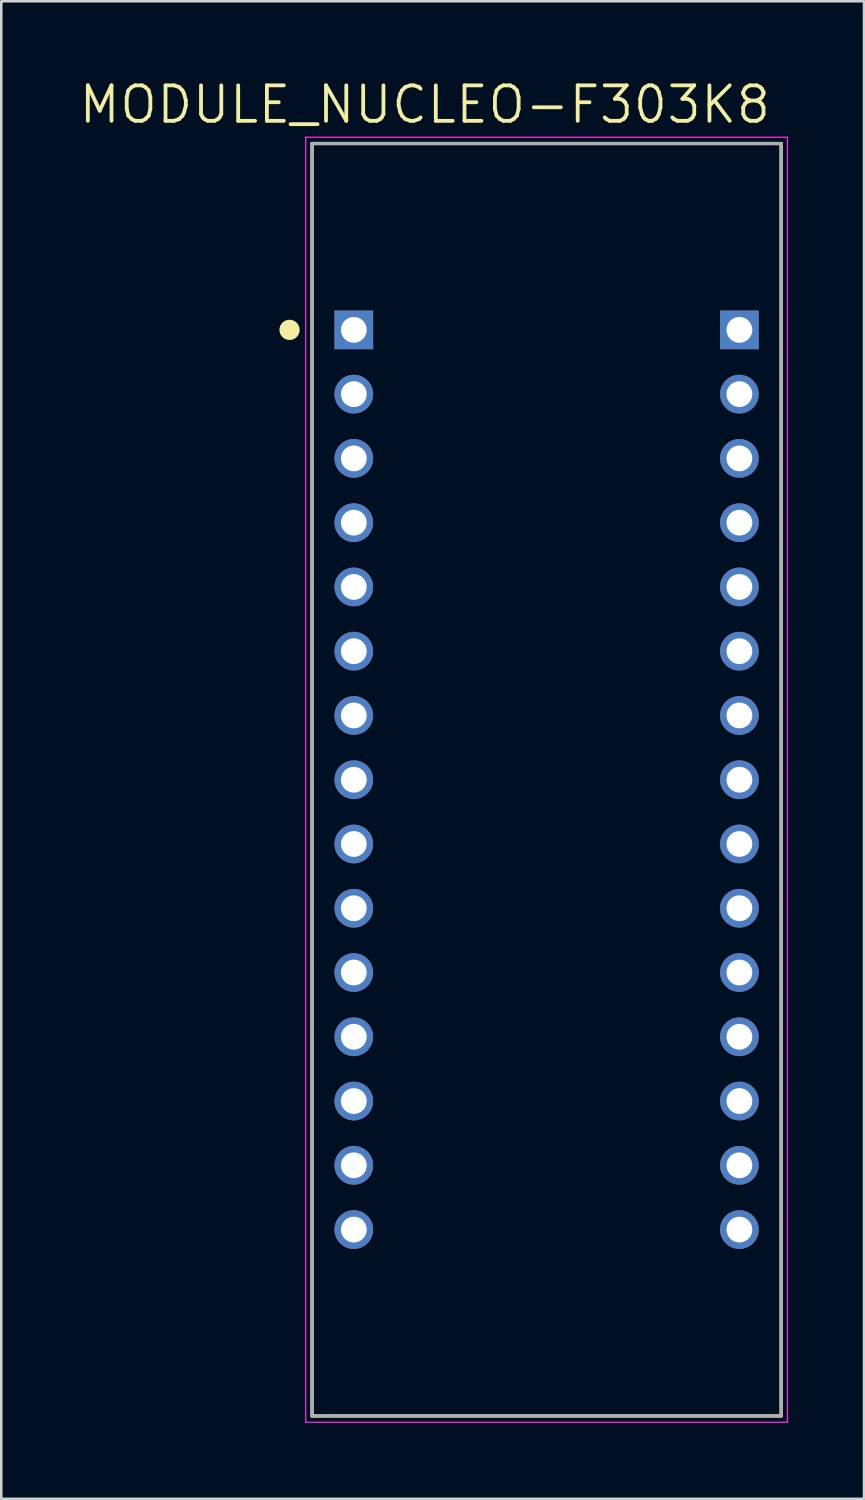
<source format=kicad_pcb>
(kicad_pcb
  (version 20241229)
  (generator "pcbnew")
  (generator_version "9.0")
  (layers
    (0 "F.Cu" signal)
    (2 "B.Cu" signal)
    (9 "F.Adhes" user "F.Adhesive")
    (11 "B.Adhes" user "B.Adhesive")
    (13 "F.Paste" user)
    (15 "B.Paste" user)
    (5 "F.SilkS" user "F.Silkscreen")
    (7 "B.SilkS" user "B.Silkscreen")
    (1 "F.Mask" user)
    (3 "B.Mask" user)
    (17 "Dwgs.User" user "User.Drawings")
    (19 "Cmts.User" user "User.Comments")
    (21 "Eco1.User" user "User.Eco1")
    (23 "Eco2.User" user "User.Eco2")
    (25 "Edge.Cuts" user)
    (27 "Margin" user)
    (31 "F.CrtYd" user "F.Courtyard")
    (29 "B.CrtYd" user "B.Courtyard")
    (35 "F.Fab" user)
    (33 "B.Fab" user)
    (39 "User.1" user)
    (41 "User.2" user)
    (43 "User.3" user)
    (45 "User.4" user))
  (footprint "MODULE_NUCLEO-F303K8"
    (layer "F.Cu")
    (at 18.554 27.768)
    (property "Reference" "MODULE_NUCLEO-F303K8" (at -4.813 -26.684 0) (layer "F.SilkS") (effects (font (size 1.402 1.402) (thickness 0.15))))
    (attr through_hole)
    (fp_line (start -9.27 -25.145) (end 9.27 -25.145) (stroke (width 0.127) (type solid)) (layer "F.SilkS"))
    (fp_line (start -9.27 25.145) (end -9.27 -25.145) (stroke (width 0.127) (type solid)) (layer "F.SilkS"))
    (fp_line (start 9.27 -25.145) (end 9.27 25.145) (stroke (width 0.127) (type solid)) (layer "F.SilkS"))
    (fp_line (start 9.27 25.145) (end -9.27 25.145) (stroke (width 0.127) (type solid)) (layer "F.SilkS"))
    (fp_circle (center -10.16 -17.78) (end -9.96 -17.78) (stroke (width 0.4) (type solid)) (fill no) (layer "F.SilkS"))
    (fp_line (start -9.52 -25.395) (end 9.52 -25.395) (stroke (width 0.05) (type solid)) (layer "F.CrtYd"))
    (fp_line (start -9.52 25.395) (end -9.52 -25.395) (stroke (width 0.05) (type solid)) (layer "F.CrtYd"))
    (fp_line (start 9.52 -25.395) (end 9.52 25.395) (stroke (width 0.05) (type solid)) (layer "F.CrtYd"))
    (fp_line (start 9.52 25.395) (end -9.52 25.395) (stroke (width 0.05) (type solid)) (layer "F.CrtYd"))
    (fp_line (start -9.27 -25.145) (end 9.27 -25.145) (stroke (width 0.127) (type solid)) (layer "F.Fab"))
    (fp_line (start -9.27 25.145) (end -9.27 -25.145) (stroke (width 0.127) (type solid)) (layer "F.Fab"))
    (fp_line (start 9.27 -25.145) (end 9.27 25.145) (stroke (width 0.127) (type solid)) (layer "F.Fab"))
    (fp_line (start 9.27 25.145) (end -9.27 25.145) (stroke (width 0.127) (type solid)) (layer "F.Fab"))
    (pad "3.1" thru_hole rect (at -7.62 -17.78) (size 1.53 1.53) (drill 1.02) (layers "*.Cu" "*.Mask"))
    (pad "3.2" thru_hole circle (at -7.62 -15.24) (size 1.53 1.53) (drill 1.02) (layers "*.Cu" "*.Mask"))
    (pad "3.3" thru_hole circle (at -7.62 -12.7) (size 1.53 1.53) (drill 1.02) (layers "*.Cu" "*.Mask"))
    (pad "3.4" thru_hole circle (at -7.62 -10.16) (size 1.53 1.53) (drill 1.02) (layers "*.Cu" "*.Mask"))
    (pad "3.5" thru_hole circle (at -7.62 -7.62) (size 1.53 1.53) (drill 1.02) (layers "*.Cu" "*.Mask"))
    (pad "3.6" thru_hole circle (at -7.62 -5.08) (size 1.53 1.53) (drill 1.02) (layers "*.Cu" "*.Mask"))
    (pad "3.7" thru_hole circle (at -7.62 -2.54) (size 1.53 1.53) (drill 1.02) (layers "*.Cu" "*.Mask"))
    (pad "3.8" thru_hole circle (at -7.62 0) (size 1.53 1.53) (drill 1.02) (layers "*.Cu" "*.Mask"))
    (pad "3.9" thru_hole circle (at -7.62 2.54) (size 1.53 1.53) (drill 1.02) (layers "*.Cu" "*.Mask"))
    (pad "3.10" thru_hole circle (at -7.62 5.08) (size 1.53 1.53) (drill 1.02) (layers "*.Cu" "*.Mask"))
    (pad "3.11" thru_hole circle (at -7.62 7.62) (size 1.53 1.53) (drill 1.02) (layers "*.Cu" "*.Mask"))
    (pad "3.12" thru_hole circle (at -7.62 10.16) (size 1.53 1.53) (drill 1.02) (layers "*.Cu" "*.Mask"))
    (pad "3.13" thru_hole circle (at -7.62 12.7) (size 1.53 1.53) (drill 1.02) (layers "*.Cu" "*.Mask"))
    (pad "3.14" thru_hole circle (at -7.62 15.24) (size 1.53 1.53) (drill 1.02) (layers "*.Cu" "*.Mask"))
    (pad "3.15" thru_hole circle (at -7.62 17.78) (size 1.53 1.53) (drill 1.02) (layers "*.Cu" "*.Mask"))
    (pad "4.1" thru_hole rect (at 7.62 -17.78) (size 1.53 1.53) (drill 1.02) (layers "*.Cu" "*.Mask"))
    (pad "4.2" thru_hole circle (at 7.62 -15.24) (size 1.53 1.53) (drill 1.02) (layers "*.Cu" "*.Mask"))
    (pad "4.3" thru_hole circle (at 7.62 -12.7) (size 1.53 1.53) (drill 1.02) (layers "*.Cu" "*.Mask"))
    (pad "4.4" thru_hole circle (at 7.62 -10.16) (size 1.53 1.53) (drill 1.02) (layers "*.Cu" "*.Mask"))
    (pad "4.5" thru_hole circle (at 7.62 -7.62) (size 1.53 1.53) (drill 1.02) (layers "*.Cu" "*.Mask"))
    (pad "4.6" thru_hole circle (at 7.62 -5.08) (size 1.53 1.53) (drill 1.02) (layers "*.Cu" "*.Mask"))
    (pad "4.7" thru_hole circle (at 7.62 -2.54) (size 1.53 1.53) (drill 1.02) (layers "*.Cu" "*.Mask"))
    (pad "4.8" thru_hole circle (at 7.62 0) (size 1.53 1.53) (drill 1.02) (layers "*.Cu" "*.Mask"))
    (pad "4.9" thru_hole circle (at 7.62 2.54) (size 1.53 1.53) (drill 1.02) (layers "*.Cu" "*.Mask"))
    (pad "4.10" thru_hole circle (at 7.62 5.08) (size 1.53 1.53) (drill 1.02) (layers "*.Cu" "*.Mask"))
    (pad "4.11" thru_hole circle (at 7.62 7.62) (size 1.53 1.53) (drill 1.02) (layers "*.Cu" "*.Mask"))
    (pad "4.12" thru_hole circle (at 7.62 10.16) (size 1.53 1.53) (drill 1.02) (layers "*.Cu" "*.Mask"))
    (pad "4.13" thru_hole circle (at 7.62 12.7) (size 1.53 1.53) (drill 1.02) (layers "*.Cu" "*.Mask"))
    (pad "4.14" thru_hole circle (at 7.62 15.24) (size 1.53 1.53) (drill 1.02) (layers "*.Cu" "*.Mask"))
    (pad "4.15" thru_hole circle (at 7.62 17.78) (size 1.53 1.53) (drill 1.02) (layers "*.Cu" "*.Mask")))
  (gr_rect
    (start -3 -3)
    (end 31.099 56.188)
    (stroke (width 0.1) (type default))
    (fill no)
    (layer "Edge.Cuts")))
</source>
